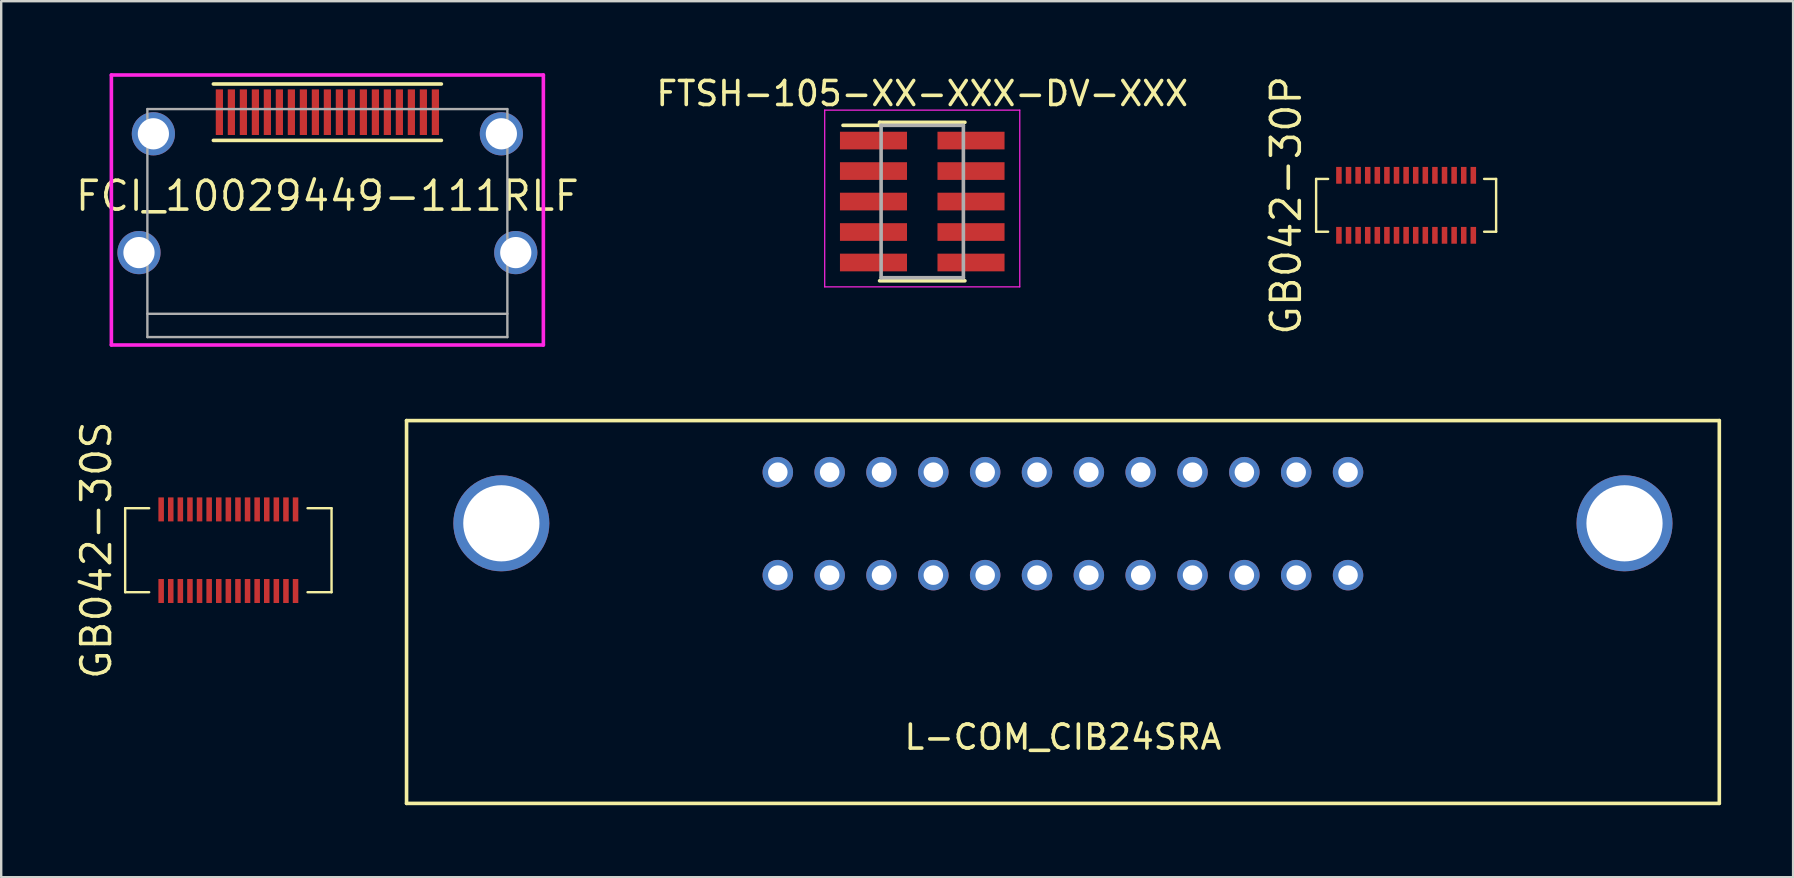
<source format=kicad_pcb>
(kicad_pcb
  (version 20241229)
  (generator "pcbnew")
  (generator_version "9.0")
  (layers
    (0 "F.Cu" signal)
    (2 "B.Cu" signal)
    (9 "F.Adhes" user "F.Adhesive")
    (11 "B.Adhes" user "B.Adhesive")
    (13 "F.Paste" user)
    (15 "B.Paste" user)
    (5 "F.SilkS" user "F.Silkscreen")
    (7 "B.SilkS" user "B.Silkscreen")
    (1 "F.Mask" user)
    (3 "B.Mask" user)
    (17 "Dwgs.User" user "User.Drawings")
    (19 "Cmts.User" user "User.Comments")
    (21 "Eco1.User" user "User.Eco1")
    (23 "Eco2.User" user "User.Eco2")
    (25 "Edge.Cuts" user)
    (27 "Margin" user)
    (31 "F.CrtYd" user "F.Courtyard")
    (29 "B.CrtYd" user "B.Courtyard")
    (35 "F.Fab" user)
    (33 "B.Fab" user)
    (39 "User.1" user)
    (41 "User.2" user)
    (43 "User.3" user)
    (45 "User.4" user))
  (footprint "GB042-30S"
    (layer "F.Cu")
    (at 6.465 19.876)
    (property "Reference" "GB042-30S" (at -5.5 0 90) (layer "F.SilkS") (effects (font (size 1.2 1.2) (thickness 0.15))))
    (attr through_hole)
    (fp_line (start -4.3 -1.75) (end -4.3 1.75) (stroke (width 0.1) (type solid)) (layer "F.SilkS"))
    (fp_line (start -4.3 -1.75) (end -3.3 -1.75) (stroke (width 0.1) (type solid)) (layer "F.SilkS"))
    (fp_line (start -4.3 1.75) (end -3.3 1.75) (stroke (width 0.1) (type solid)) (layer "F.SilkS"))
    (fp_line (start 3.3 -1.75) (end 4.3 -1.75) (stroke (width 0.1) (type solid)) (layer "F.SilkS"))
    (fp_line (start 3.3 1.75) (end 4.3 1.75) (stroke (width 0.1) (type solid)) (layer "F.SilkS"))
    (fp_line (start 4.3 -1.75) (end 4.3 1.75) (stroke (width 0.1) (type solid)) (layer "F.SilkS"))
    (pad "1" smd rect (at -2.8 1.7 180) (size 0.23 1) (layers "F.Cu" "F.Mask" "F.Paste"))
    (pad "2" smd rect (at -2.4 1.7 180) (size 0.23 1) (layers "F.Cu" "F.Mask" "F.Paste"))
    (pad "3" smd rect (at -2 1.7 180) (size 0.23 1) (layers "F.Cu" "F.Mask" "F.Paste"))
    (pad "4" smd rect (at -1.6 1.7 180) (size 0.23 1) (layers "F.Cu" "F.Mask" "F.Paste"))
    (pad "5" smd rect (at -1.2 1.7 180) (size 0.23 1) (layers "F.Cu" "F.Mask" "F.Paste"))
    (pad "6" smd rect (at -0.8 1.7 180) (size 0.23 1) (layers "F.Cu" "F.Mask" "F.Paste"))
    (pad "7" smd rect (at -0.4 1.7 180) (size 0.23 1) (layers "F.Cu" "F.Mask" "F.Paste"))
    (pad "8" smd rect (at 0 1.7 180) (size 0.23 1) (layers "F.Cu" "F.Mask" "F.Paste"))
    (pad "9" smd rect (at 0.4 1.7 180) (size 0.23 1) (layers "F.Cu" "F.Mask" "F.Paste"))
    (pad "10" smd rect (at 0.8 1.7 180) (size 0.23 1) (layers "F.Cu" "F.Mask" "F.Paste"))
    (pad "11" smd rect (at 1.2 1.7 180) (size 0.23 1) (layers "F.Cu" "F.Mask" "F.Paste"))
    (pad "12" smd rect (at 1.6 1.7 180) (size 0.23 1) (layers "F.Cu" "F.Mask" "F.Paste"))
    (pad "13" smd rect (at 2 1.7 180) (size 0.23 1) (layers "F.Cu" "F.Mask" "F.Paste"))
    (pad "14" smd rect (at 2.4 1.7 180) (size 0.23 1) (layers "F.Cu" "F.Mask" "F.Paste"))
    (pad "15" smd rect (at 2.8 1.7 180) (size 0.23 1) (layers "F.Cu" "F.Mask" "F.Paste"))
    (pad "16" smd rect (at 2.8 -1.7) (size 0.23 1) (layers "F.Cu" "F.Mask" "F.Paste"))
    (pad "17" smd rect (at 2.4 -1.7) (size 0.23 1) (layers "F.Cu" "F.Mask" "F.Paste"))
    (pad "18" smd rect (at 2 -1.7) (size 0.23 1) (layers "F.Cu" "F.Mask" "F.Paste"))
    (pad "19" smd rect (at 1.6 -1.7) (size 0.23 1) (layers "F.Cu" "F.Mask" "F.Paste"))
    (pad "20" smd rect (at 1.2 -1.7) (size 0.23 1) (layers "F.Cu" "F.Mask" "F.Paste"))
    (pad "21" smd rect (at 0.8 -1.7) (size 0.23 1) (layers "F.Cu" "F.Mask" "F.Paste"))
    (pad "22" smd rect (at 0.4 -1.7) (size 0.23 1) (layers "F.Cu" "F.Mask" "F.Paste"))
    (pad "23" smd rect (at 0 -1.7) (size 0.23 1) (layers "F.Cu" "F.Mask" "F.Paste"))
    (pad "24" smd rect (at -0.4 -1.7) (size 0.23 1) (layers "F.Cu" "F.Mask" "F.Paste"))
    (pad "25" smd rect (at -0.8 -1.7) (size 0.23 1) (layers "F.Cu" "F.Mask" "F.Paste"))
    (pad "26" smd rect (at -1.2 -1.7) (size 0.23 1) (layers "F.Cu" "F.Mask" "F.Paste"))
    (pad "27" smd rect (at -1.6 -1.7) (size 0.23 1) (layers "F.Cu" "F.Mask" "F.Paste"))
    (pad "28" smd rect (at -2 -1.7) (size 0.23 1) (layers "F.Cu" "F.Mask" "F.Paste"))
    (pad "29" smd rect (at -2.4 -1.7) (size 0.23 1) (layers "F.Cu" "F.Mask" "F.Paste"))
    (pad "30" smd rect (at -2.8 -1.7) (size 0.23 1) (layers "F.Cu" "F.Mask" "F.Paste")))
  (footprint "FTSH-105-XX-XXX-DV-XXX"
    (layer "F.Cu")
    (at 35.378 5.348)
    (property "Reference" "FTSH-105-XX-XXX-DV-XXX" (at 0 -4.5 0) (layer "F.SilkS") (effects (font (size 1 1) (thickness 0.15))))
    (attr smd)
    (fp_line (start -1.778 -3.302) (end -1.778 -3.175) (stroke (width 0.15) (type solid)) (layer "F.SilkS"))
    (fp_line (start -1.778 -3.302) (end 1.778 -3.302) (stroke (width 0.15) (type solid)) (layer "F.SilkS"))
    (fp_line (start -1.778 -3.175) (end -3.302 -3.175) (stroke (width 0.15) (type solid)) (layer "F.SilkS"))
    (fp_line (start -1.778 3.302) (end 1.778 3.302) (stroke (width 0.15) (type solid)) (layer "F.SilkS"))
    (fp_line (start -4.064 -3.81) (end -4.064 3.556) (stroke (width 0.05) (type solid)) (layer "F.CrtYd"))
    (fp_line (start -4.064 3.556) (end 4.064 3.556) (stroke (width 0.05) (type solid)) (layer "F.CrtYd"))
    (fp_line (start 4.064 -3.81) (end -4.064 -3.81) (stroke (width 0.05) (type solid)) (layer "F.CrtYd"))
    (fp_line (start 4.064 3.556) (end 4.064 -3.81) (stroke (width 0.05) (type solid)) (layer "F.CrtYd"))
    (fp_line (start -1.714 -3.175) (end 1.714 -3.175) (stroke (width 0.15) (type solid)) (layer "F.Fab"))
    (fp_line (start -1.714 3.175) (end -1.714 -3.175) (stroke (width 0.15) (type solid)) (layer "F.Fab"))
    (fp_line (start 1.714 -3.175) (end 1.714 3.175) (stroke (width 0.15) (type solid)) (layer "F.Fab"))
    (fp_line (start 1.714 3.175) (end -1.714 3.175) (stroke (width 0.15) (type solid)) (layer "F.Fab"))
    (pad "1" smd rect (at -2.032 -2.54) (size 2.794 0.737) (layers "F.Cu" "F.Mask" "F.Paste"))
    (pad "2" smd rect (at 2.032 -2.54) (size 2.794 0.737) (layers "F.Cu" "F.Mask" "F.Paste"))
    (pad "3" smd rect (at -2.032 -1.27) (size 2.794 0.737) (layers "F.Cu" "F.Mask" "F.Paste"))
    (pad "4" smd rect (at 2.032 -1.27) (size 2.794 0.737) (layers "F.Cu" "F.Mask" "F.Paste"))
    (pad "5" smd rect (at -2.032 0) (size 2.794 0.737) (layers "F.Cu" "F.Mask" "F.Paste"))
    (pad "6" smd rect (at 2.032 0) (size 2.794 0.737) (layers "F.Cu" "F.Mask" "F.Paste"))
    (pad "7" smd rect (at -2.032 1.27) (size 2.794 0.737) (layers "F.Cu" "F.Mask" "F.Paste"))
    (pad "8" smd rect (at 2.032 1.27) (size 2.794 0.737) (layers "F.Cu" "F.Mask" "F.Paste"))
    (pad "9" smd rect (at -2.032 2.54) (size 2.794 0.737) (layers "F.Cu" "F.Mask" "F.Paste"))
    (pad "10" smd rect (at 2.032 2.54) (size 2.794 0.737) (layers "F.Cu" "F.Mask" "F.Paste")))
  (footprint "FCI_10029449-111RLF"
    (layer "F.Cu")
    (at 10.591 2.575)
    (property "Reference" "FCI_10029449-111RLF" (at 0 2.54 0) (layer "F.SilkS") (effects (font (size 1.2 1.2) (thickness 0.15))))
    (attr through_hole)
    (fp_line (start -4.75 -2.125) (end 4.75 -2.125) (stroke (width 0.15) (type solid)) (layer "F.SilkS"))
    (fp_line (start -4.75 0.225) (end 4.75 0.225) (stroke (width 0.15) (type solid)) (layer "F.SilkS"))
    (fp_line (start -9 -2.5) (end -9 8.75) (stroke (width 0.15) (type solid)) (layer "F.CrtYd"))
    (fp_line (start -9 8.75) (end 9 8.75) (stroke (width 0.15) (type solid)) (layer "F.CrtYd"))
    (fp_line (start 9 -2.5) (end -9 -2.5) (stroke (width 0.15) (type solid)) (layer "F.CrtYd"))
    (fp_line (start 9 8.75) (end 9 -2.5) (stroke (width 0.15) (type solid)) (layer "F.CrtYd"))
    (fp_line (start -7.5 -1.08) (end 7.5 -1.08) (stroke (width 0.1) (type solid)) (layer "F.Fab"))
    (fp_line (start -7.5 7.45) (end 7.5 7.45) (stroke (width 0.1) (type solid)) (layer "F.Fab"))
    (fp_line (start -7.5 8.42) (end -7.5 -1.08) (stroke (width 0.1) (type solid)) (layer "F.Fab"))
    (fp_line (start -7.5 8.42) (end 7.5 8.42) (stroke (width 0.1) (type solid)) (layer "F.Fab"))
    (fp_line (start 7.5 -1.08) (end 7.5 8.42) (stroke (width 0.1) (type solid)) (layer "F.Fab"))
    (pad "0" thru_hole circle (at -7.85 4.9) (size 1.8 1.8) (drill 1.3) (layers "*.Cu" "*.Mask"))
    (pad "0" thru_hole circle (at -7.25 -0.05) (size 1.8 1.8) (drill 1.3) (layers "*.Cu" "*.Mask"))
    (pad "0" thru_hole circle (at 7.25 -0.05) (size 1.8 1.8) (drill 1.3) (layers "*.Cu" "*.Mask"))
    (pad "0" thru_hole circle (at 7.85 4.9) (size 1.8 1.8) (drill 1.3) (layers "*.Cu" "*.Mask"))
    (pad "1" smd rect (at 4.5 -0.95) (size 0.3 1.9) (layers "F.Cu" "F.Mask" "F.Paste"))
    (pad "2" smd rect (at 4 -0.95) (size 0.3 1.9) (layers "F.Cu" "F.Mask" "F.Paste"))
    (pad "3" smd rect (at 3.5 -0.95) (size 0.3 1.9) (layers "F.Cu" "F.Mask" "F.Paste"))
    (pad "4" smd rect (at 3 -0.95) (size 0.3 1.9) (layers "F.Cu" "F.Mask" "F.Paste"))
    (pad "5" smd rect (at 2.5 -0.95) (size 0.3 1.9) (layers "F.Cu" "F.Mask" "F.Paste"))
    (pad "6" smd rect (at 2 -0.95) (size 0.3 1.9) (layers "F.Cu" "F.Mask" "F.Paste"))
    (pad "7" smd rect (at 1.5 -0.95) (size 0.3 1.9) (layers "F.Cu" "F.Mask" "F.Paste"))
    (pad "8" smd rect (at 1 -0.95) (size 0.3 1.9) (layers "F.Cu" "F.Mask" "F.Paste"))
    (pad "9" smd rect (at 0.5 -0.95) (size 0.3 1.9) (layers "F.Cu" "F.Mask" "F.Paste"))
    (pad "10" smd rect (at 0 -0.95) (size 0.3 1.9) (layers "F.Cu" "F.Mask" "F.Paste"))
    (pad "11" smd rect (at -0.5 -0.95) (size 0.3 1.9) (layers "F.Cu" "F.Mask" "F.Paste"))
    (pad "12" smd rect (at -1 -0.95) (size 0.3 1.9) (layers "F.Cu" "F.Mask" "F.Paste"))
    (pad "13" smd rect (at -1.5 -0.95) (size 0.3 1.9) (layers "F.Cu" "F.Mask" "F.Paste"))
    (pad "14" smd rect (at -2 -0.95) (size 0.3 1.9) (layers "F.Cu" "F.Mask" "F.Paste"))
    (pad "15" smd rect (at -2.5 -0.95) (size 0.3 1.9) (layers "F.Cu" "F.Mask" "F.Paste"))
    (pad "16" smd rect (at -3 -0.95) (size 0.3 1.9) (layers "F.Cu" "F.Mask" "F.Paste"))
    (pad "17" smd rect (at -3.5 -0.95) (size 0.3 1.9) (layers "F.Cu" "F.Mask" "F.Paste"))
    (pad "18" smd rect (at -4 -0.95) (size 0.3 1.9) (layers "F.Cu" "F.Mask" "F.Paste"))
    (pad "19" smd rect (at -4.5 -0.95) (size 0.3 1.9) (layers "F.Cu" "F.Mask" "F.Paste")))
  (footprint "GB042-30P"
    (layer "F.Cu")
    (at 55.54 5.505)
    (property "Reference" "GB042-30P" (at -5 0 90) (layer "F.SilkS") (effects (font (size 1.2 1.2) (thickness 0.15))))
    (attr through_hole)
    (fp_line (start -3.75 -1.1) (end -3.75 1.1) (stroke (width 0.1) (type solid)) (layer "F.SilkS"))
    (fp_line (start -3.75 1.1) (end -3.25 1.1) (stroke (width 0.1) (type solid)) (layer "F.SilkS"))
    (fp_line (start -3.25 -1.1) (end -3.75 -1.1) (stroke (width 0.1) (type solid)) (layer "F.SilkS"))
    (fp_line (start 3.25 -1.1) (end 3.75 -1.1) (stroke (width 0.1) (type solid)) (layer "F.SilkS"))
    (fp_line (start 3.75 -1.1) (end 3.75 1.1) (stroke (width 0.1) (type solid)) (layer "F.SilkS"))
    (fp_line (start 3.75 1.1) (end 3.25 1.1) (stroke (width 0.1) (type solid)) (layer "F.SilkS"))
    (pad "1" smd rect (at -2.8 -1.25) (size 0.23 0.7) (layers "F.Cu" "F.Mask" "F.Paste"))
    (pad "2" smd rect (at -2.4 -1.25) (size 0.23 0.7) (layers "F.Cu" "F.Mask" "F.Paste"))
    (pad "3" smd rect (at -2 -1.25) (size 0.23 0.7) (layers "F.Cu" "F.Mask" "F.Paste"))
    (pad "4" smd rect (at -1.6 -1.25) (size 0.23 0.7) (layers "F.Cu" "F.Mask" "F.Paste"))
    (pad "5" smd rect (at -1.2 -1.25) (size 0.23 0.7) (layers "F.Cu" "F.Mask" "F.Paste"))
    (pad "6" smd rect (at -0.8 -1.25) (size 0.23 0.7) (layers "F.Cu" "F.Mask" "F.Paste"))
    (pad "7" smd rect (at -0.4 -1.25) (size 0.23 0.7) (layers "F.Cu" "F.Mask" "F.Paste"))
    (pad "8" smd rect (at 0 -1.25) (size 0.23 0.7) (layers "F.Cu" "F.Mask" "F.Paste"))
    (pad "9" smd rect (at 0.4 -1.25) (size 0.23 0.7) (layers "F.Cu" "F.Mask" "F.Paste"))
    (pad "10" smd rect (at 0.8 -1.25) (size 0.23 0.7) (layers "F.Cu" "F.Mask" "F.Paste"))
    (pad "11" smd rect (at 1.2 -1.25) (size 0.23 0.7) (layers "F.Cu" "F.Mask" "F.Paste"))
    (pad "12" smd rect (at 1.6 -1.25) (size 0.23 0.7) (layers "F.Cu" "F.Mask" "F.Paste"))
    (pad "13" smd rect (at 2 -1.25) (size 0.23 0.7) (layers "F.Cu" "F.Mask" "F.Paste"))
    (pad "14" smd rect (at 2.4 -1.25) (size 0.23 0.7) (layers "F.Cu" "F.Mask" "F.Paste"))
    (pad "15" smd rect (at 2.8 -1.25) (size 0.23 0.7) (layers "F.Cu" "F.Mask" "F.Paste"))
    (pad "16" smd rect (at 2.8 1.25) (size 0.23 0.7) (layers "F.Cu" "F.Mask" "F.Paste"))
    (pad "17" smd rect (at 2.4 1.25) (size 0.23 0.7) (layers "F.Cu" "F.Mask" "F.Paste"))
    (pad "18" smd rect (at 2 1.25) (size 0.23 0.7) (layers "F.Cu" "F.Mask" "F.Paste"))
    (pad "19" smd rect (at 1.6 1.25) (size 0.23 0.7) (layers "F.Cu" "F.Mask" "F.Paste"))
    (pad "20" smd rect (at 1.2 1.25) (size 0.23 0.7) (layers "F.Cu" "F.Mask" "F.Paste"))
    (pad "21" smd rect (at 0.8 1.25) (size 0.23 0.7) (layers "F.Cu" "F.Mask" "F.Paste"))
    (pad "22" smd rect (at 0.4 1.25) (size 0.23 0.7) (layers "F.Cu" "F.Mask" "F.Paste"))
    (pad "23" smd rect (at 0 1.25) (size 0.23 0.7) (layers "F.Cu" "F.Mask" "F.Paste"))
    (pad "24" smd rect (at -0.4 1.25) (size 0.23 0.7) (layers "F.Cu" "F.Mask" "F.Paste"))
    (pad "25" smd rect (at -0.8 1.25) (size 0.23 0.7) (layers "F.Cu" "F.Mask" "F.Paste"))
    (pad "26" smd rect (at -1.2 1.25) (size 0.23 0.7) (layers "F.Cu" "F.Mask" "F.Paste"))
    (pad "27" smd rect (at -1.6 1.25) (size 0.23 0.7) (layers "F.Cu" "F.Mask" "F.Paste"))
    (pad "28" smd rect (at -2 1.25) (size 0.23 0.7) (layers "F.Cu" "F.Mask" "F.Paste"))
    (pad "29" smd rect (at -2.4 1.25) (size 0.23 0.7) (layers "F.Cu" "F.Mask" "F.Paste"))
    (pad "30" smd rect (at -2.8 1.25) (size 0.23 0.7) (layers "F.Cu" "F.Mask" "F.Paste")))
  (footprint "L-COM_CIB24SRA"
    (layer "F.Cu")
    (at 41.24 18.775)
    (property "Reference" "L-COM_CIB24SRA" (at 0 8.89 0) (layer "F.SilkS") (effects (font (size 1 1) (thickness 0.15))))
    (attr through_hole)
    (fp_line (start -27.35 -4.3) (end -27.35 11.65) (stroke (width 0.15) (type solid)) (layer "F.SilkS"))
    (fp_line (start 27.35 -4.3) (end -27.35 -4.3) (stroke (width 0.15) (type solid)) (layer "F.SilkS"))
    (fp_line (start 27.35 11.65) (end -27.35 11.65) (stroke (width 0.15) (type solid)) (layer "F.SilkS"))
    (fp_line (start 27.35 11.65) (end 27.35 -4.3) (stroke (width 0.15) (type solid)) (layer "F.SilkS"))
    (pad "1" thru_hole circle (at 11.88 -2.15) (size 1.27 1.27) (drill 0.813) (layers "*.Cu" "*.Mask"))
    (pad "2" thru_hole circle (at 9.72 -2.15) (size 1.27 1.27) (drill 0.813) (layers "*.Cu" "*.Mask"))
    (pad "3" thru_hole circle (at 7.56 -2.15) (size 1.27 1.27) (drill 0.813) (layers "*.Cu" "*.Mask"))
    (pad "4" thru_hole circle (at 5.4 -2.15) (size 1.27 1.27) (drill 0.813) (layers "*.Cu" "*.Mask"))
    (pad "5" thru_hole circle (at 3.24 -2.15) (size 1.27 1.27) (drill 0.813) (layers "*.Cu" "*.Mask"))
    (pad "6" thru_hole circle (at 1.08 -2.15) (size 1.27 1.27) (drill 0.813) (layers "*.Cu" "*.Mask"))
    (pad "7" thru_hole circle (at -1.08 -2.15) (size 1.27 1.27) (drill 0.813) (layers "*.Cu" "*.Mask"))
    (pad "8" thru_hole circle (at -3.24 -2.15) (size 1.27 1.27) (drill 0.813) (layers "*.Cu" "*.Mask"))
    (pad "9" thru_hole circle (at -5.4 -2.15) (size 1.27 1.27) (drill 0.813) (layers "*.Cu" "*.Mask"))
    (pad "10" thru_hole circle (at -7.56 -2.15) (size 1.27 1.27) (drill 0.813) (layers "*.Cu" "*.Mask"))
    (pad "11" thru_hole circle (at -9.72 -2.15) (size 1.27 1.27) (drill 0.813) (layers "*.Cu" "*.Mask"))
    (pad "12" thru_hole circle (at -11.88 -2.15) (size 1.27 1.27) (drill 0.813) (layers "*.Cu" "*.Mask"))
    (pad "13" thru_hole circle (at 11.88 2.14) (size 1.27 1.27) (drill 0.813) (layers "*.Cu" "*.Mask"))
    (pad "14" thru_hole circle (at 9.72 2.14) (size 1.27 1.27) (drill 0.813) (layers "*.Cu" "*.Mask"))
    (pad "15" thru_hole circle (at 7.56 2.14) (size 1.27 1.27) (drill 0.813) (layers "*.Cu" "*.Mask"))
    (pad "16" thru_hole circle (at 5.4 2.14) (size 1.27 1.27) (drill 0.813) (layers "*.Cu" "*.Mask"))
    (pad "17" thru_hole circle (at 3.24 2.14) (size 1.27 1.27) (drill 0.813) (layers "*.Cu" "*.Mask"))
    (pad "18" thru_hole circle (at 1.08 2.14) (size 1.27 1.27) (drill 0.813) (layers "*.Cu" "*.Mask"))
    (pad "19" thru_hole circle (at -1.08 2.14) (size 1.27 1.27) (drill 0.813) (layers "*.Cu" "*.Mask"))
    (pad "20" thru_hole circle (at -3.24 2.14) (size 1.27 1.27) (drill 0.813) (layers "*.Cu" "*.Mask"))
    (pad "21" thru_hole circle (at -5.4 2.14) (size 1.27 1.27) (drill 0.813) (layers "*.Cu" "*.Mask"))
    (pad "22" thru_hole circle (at -7.56 2.14) (size 1.27 1.27) (drill 0.813) (layers "*.Cu" "*.Mask"))
    (pad "23" thru_hole circle (at -9.72 2.14) (size 1.27 1.27) (drill 0.813) (layers "*.Cu" "*.Mask"))
    (pad "24" thru_hole circle (at -11.88 2.14) (size 1.27 1.27) (drill 0.813) (layers "*.Cu" "*.Mask"))
    (pad "25" thru_hole circle (at -23.4 -0.02) (size 4 4) (drill 3.175) (layers "*.Cu" "*.Mask"))
    (pad "25" thru_hole circle (at 23.4 -0.02) (size 4 4) (drill 3.175) (layers "*.Cu" "*.Mask")))
  (gr_rect
    (start -3 -3)
    (end 71.665 33.5)
    (stroke (width 0.1) (type default))
    (fill no)
    (layer "Edge.Cuts")))
</source>
